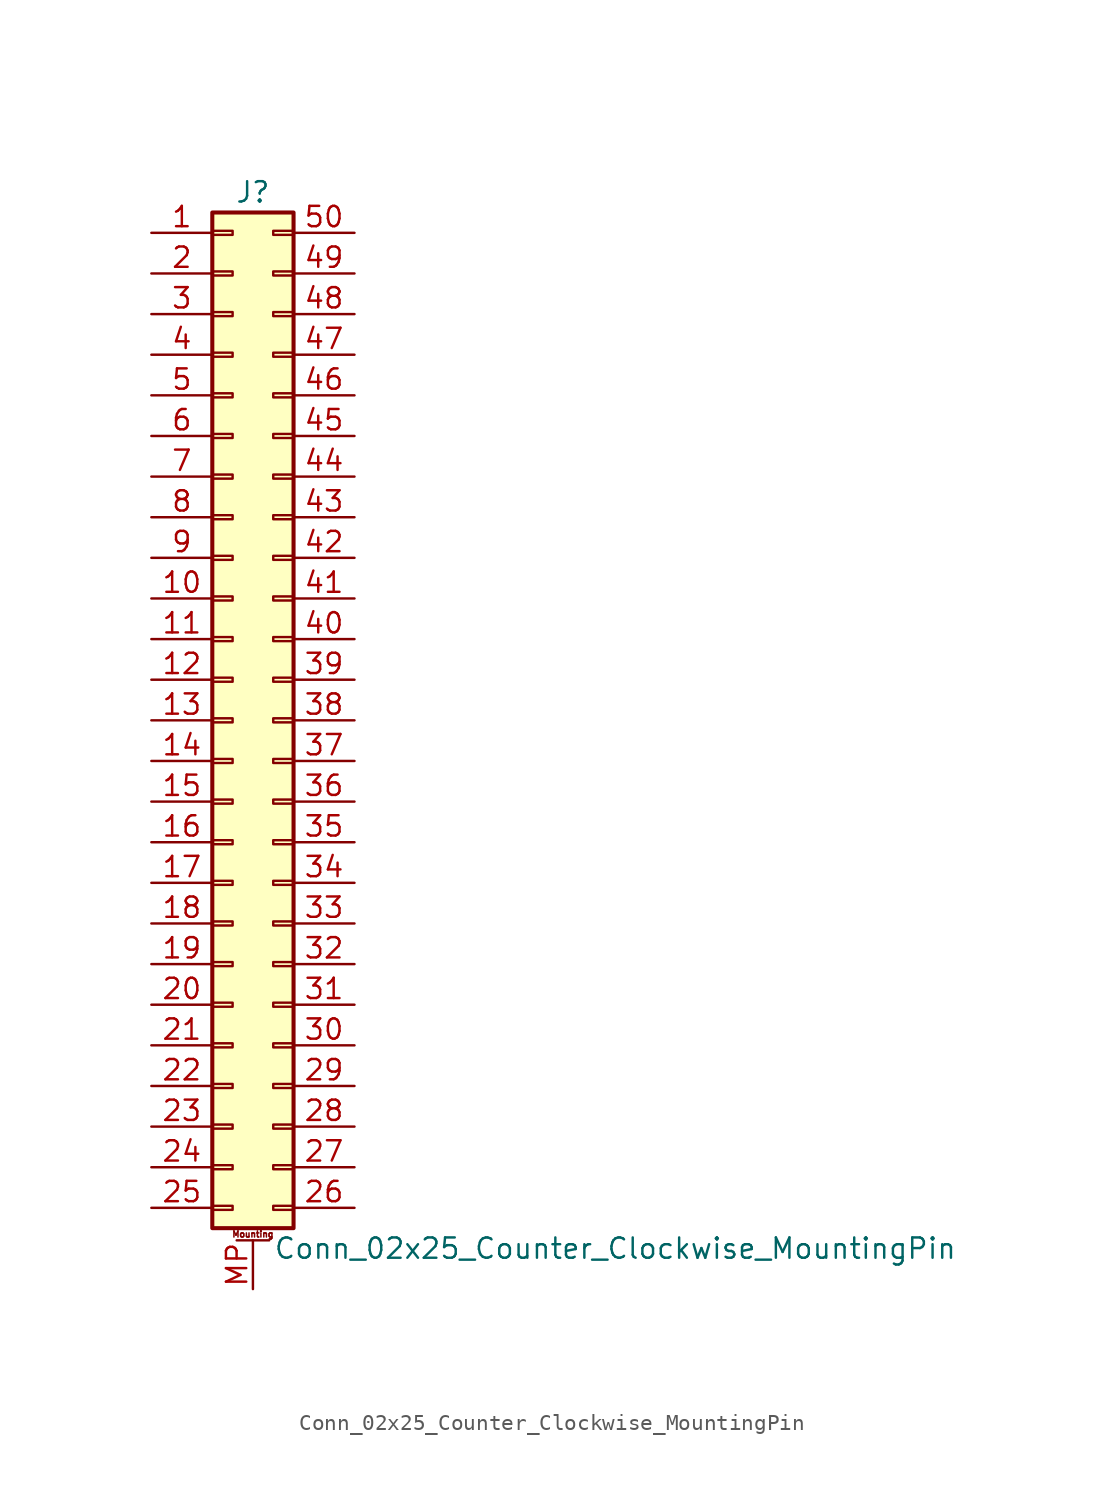
<source format=kicad_sym>
(kicad_symbol_lib
  (version 20211014)
  (generator kicad_symbol_editor)
  (symbol "Conn_02x25_Counter_Clockwise_MountingPin"
    (pin_names
      (offset 1.016) hide)
    (property "Reference" "J"
      (at 1.27 33.02 0)
      (effects (font (size 1.27 1.27))))
    (property "Value" "Conn_02x25_Counter_Clockwise_MountingPin"
      (at 2.54 -33.02 0)
      (effects (font (size 1.27 1.27)) (justify left)))
    (symbol "Conn_02x25_Counter_Clockwise_MountingPin_1_1"
      (rectangle (start -1.27 -30.353) (end 0 -30.607) (stroke (width 0.152) (type default) (color 0 0 0 0)) (fill (type none)))
      (rectangle (start -1.27 -27.813) (end 0 -28.067) (stroke (width 0.152) (type default) (color 0 0 0 0)) (fill (type none)))
      (rectangle (start -1.27 -25.273) (end 0 -25.527) (stroke (width 0.152) (type default) (color 0 0 0 0)) (fill (type none)))
      (rectangle (start -1.27 -22.733) (end 0 -22.987) (stroke (width 0.152) (type default) (color 0 0 0 0)) (fill (type none)))
      (rectangle (start -1.27 -20.193) (end 0 -20.447) (stroke (width 0.152) (type default) (color 0 0 0 0)) (fill (type none)))
      (rectangle (start -1.27 -17.653) (end 0 -17.907) (stroke (width 0.152) (type default) (color 0 0 0 0)) (fill (type none)))
      (rectangle (start -1.27 -15.113) (end 0 -15.367) (stroke (width 0.152) (type default) (color 0 0 0 0)) (fill (type none)))
      (rectangle (start -1.27 -12.573) (end 0 -12.827) (stroke (width 0.152) (type default) (color 0 0 0 0)) (fill (type none)))
      (rectangle (start -1.27 -10.033) (end 0 -10.287) (stroke (width 0.152) (type default) (color 0 0 0 0)) (fill (type none)))
      (rectangle (start -1.27 -7.493) (end 0 -7.747) (stroke (width 0.152) (type default) (color 0 0 0 0)) (fill (type none)))
      (rectangle (start -1.27 -4.953) (end 0 -5.207) (stroke (width 0.152) (type default) (color 0 0 0 0)) (fill (type none)))
      (rectangle (start -1.27 -2.413) (end 0 -2.667) (stroke (width 0.152) (type default) (color 0 0 0 0)) (fill (type none)))
      (rectangle (start -1.27 0.127) (end 0 -0.127) (stroke (width 0.152) (type default) (color 0 0 0 0)) (fill (type none)))
      (rectangle (start -1.27 2.667) (end 0 2.413) (stroke (width 0.152) (type default) (color 0 0 0 0)) (fill (type none)))
      (rectangle (start -1.27 5.207) (end 0 4.953) (stroke (width 0.152) (type default) (color 0 0 0 0)) (fill (type none)))
      (rectangle (start -1.27 7.747) (end 0 7.493) (stroke (width 0.152) (type default) (color 0 0 0 0)) (fill (type none)))
      (rectangle (start -1.27 10.287) (end 0 10.033) (stroke (width 0.152) (type default) (color 0 0 0 0)) (fill (type none)))
      (rectangle (start -1.27 12.827) (end 0 12.573) (stroke (width 0.152) (type default) (color 0 0 0 0)) (fill (type none)))
      (rectangle (start -1.27 15.367) (end 0 15.113) (stroke (width 0.152) (type default) (color 0 0 0 0)) (fill (type none)))
      (rectangle (start -1.27 17.907) (end 0 17.653) (stroke (width 0.152) (type default) (color 0 0 0 0)) (fill (type none)))
      (rectangle (start -1.27 20.447) (end 0 20.193) (stroke (width 0.152) (type default) (color 0 0 0 0)) (fill (type none)))
      (rectangle (start -1.27 22.987) (end 0 22.733) (stroke (width 0.152) (type default) (color 0 0 0 0)) (fill (type none)))
      (rectangle (start -1.27 25.527) (end 0 25.273) (stroke (width 0.152) (type default) (color 0 0 0 0)) (fill (type none)))
      (rectangle (start -1.27 28.067) (end 0 27.813) (stroke (width 0.152) (type default) (color 0 0 0 0)) (fill (type none)))
      (rectangle (start -1.27 30.607) (end 0 30.353) (stroke (width 0.152) (type default) (color 0 0 0 0)) (fill (type none)))
      (rectangle (start -1.27 31.75) (end 3.81 -31.75) (stroke (width 0.254) (type default) (color 0 0 0 0)) (fill (type background)))
      (polyline (pts (xy 0.254 -32.512) (xy 2.286 -32.512)) (stroke (width 0.152) (type default) (color 0 0 0 0)) (fill (type none)))
      (rectangle (start 3.81 -30.353) (end 2.54 -30.607) (stroke (width 0.152) (type default) (color 0 0 0 0)) (fill (type none)))
      (rectangle (start 3.81 -27.813) (end 2.54 -28.067) (stroke (width 0.152) (type default) (color 0 0 0 0)) (fill (type none)))
      (rectangle (start 3.81 -25.273) (end 2.54 -25.527) (stroke (width 0.152) (type default) (color 0 0 0 0)) (fill (type none)))
      (rectangle (start 3.81 -22.733) (end 2.54 -22.987) (stroke (width 0.152) (type default) (color 0 0 0 0)) (fill (type none)))
      (rectangle (start 3.81 -20.193) (end 2.54 -20.447) (stroke (width 0.152) (type default) (color 0 0 0 0)) (fill (type none)))
      (rectangle (start 3.81 -17.653) (end 2.54 -17.907) (stroke (width 0.152) (type default) (color 0 0 0 0)) (fill (type none)))
      (rectangle (start 3.81 -15.113) (end 2.54 -15.367) (stroke (width 0.152) (type default) (color 0 0 0 0)) (fill (type none)))
      (rectangle (start 3.81 -12.573) (end 2.54 -12.827) (stroke (width 0.152) (type default) (color 0 0 0 0)) (fill (type none)))
      (rectangle (start 3.81 -10.033) (end 2.54 -10.287) (stroke (width 0.152) (type default) (color 0 0 0 0)) (fill (type none)))
      (rectangle (start 3.81 -7.493) (end 2.54 -7.747) (stroke (width 0.152) (type default) (color 0 0 0 0)) (fill (type none)))
      (rectangle (start 3.81 -4.953) (end 2.54 -5.207) (stroke (width 0.152) (type default) (color 0 0 0 0)) (fill (type none)))
      (rectangle (start 3.81 -2.413) (end 2.54 -2.667) (stroke (width 0.152) (type default) (color 0 0 0 0)) (fill (type none)))
      (rectangle (start 3.81 0.127) (end 2.54 -0.127) (stroke (width 0.152) (type default) (color 0 0 0 0)) (fill (type none)))
      (rectangle (start 3.81 2.667) (end 2.54 2.413) (stroke (width 0.152) (type default) (color 0 0 0 0)) (fill (type none)))
      (rectangle (start 3.81 5.207) (end 2.54 4.953) (stroke (width 0.152) (type default) (color 0 0 0 0)) (fill (type none)))
      (rectangle (start 3.81 7.747) (end 2.54 7.493) (stroke (width 0.152) (type default) (color 0 0 0 0)) (fill (type none)))
      (rectangle (start 3.81 10.287) (end 2.54 10.033) (stroke (width 0.152) (type default) (color 0 0 0 0)) (fill (type none)))
      (rectangle (start 3.81 12.827) (end 2.54 12.573) (stroke (width 0.152) (type default) (color 0 0 0 0)) (fill (type none)))
      (rectangle (start 3.81 15.367) (end 2.54 15.113) (stroke (width 0.152) (type default) (color 0 0 0 0)) (fill (type none)))
      (rectangle (start 3.81 17.907) (end 2.54 17.653) (stroke (width 0.152) (type default) (color 0 0 0 0)) (fill (type none)))
      (rectangle (start 3.81 20.447) (end 2.54 20.193) (stroke (width 0.152) (type default) (color 0 0 0 0)) (fill (type none)))
      (rectangle (start 3.81 22.987) (end 2.54 22.733) (stroke (width 0.152) (type default) (color 0 0 0 0)) (fill (type none)))
      (rectangle (start 3.81 25.527) (end 2.54 25.273) (stroke (width 0.152) (type default) (color 0 0 0 0)) (fill (type none)))
      (rectangle (start 3.81 28.067) (end 2.54 27.813) (stroke (width 0.152) (type default) (color 0 0 0 0)) (fill (type none)))
      (rectangle (start 3.81 30.607) (end 2.54 30.353) (stroke (width 0.152) (type default) (color 0 0 0 0)) (fill (type none)))
      (text "Mounting" (at 1.27 -32.131 0) (effects (font (size 0.381 0.381))))
      (pin passive line (at -5.08 30.48 0) (length 3.81) (name "Pin_1" (effects (font (size 1.27 1.27)))) (number "1" (effects (font (size 1.27 1.27)))))
      (pin passive line (at -5.08 7.62 0) (length 3.81) (name "Pin_10" (effects (font (size 1.27 1.27)))) (number "10" (effects (font (size 1.27 1.27)))))
      (pin passive line (at -5.08 5.08 0) (length 3.81) (name "Pin_11" (effects (font (size 1.27 1.27)))) (number "11" (effects (font (size 1.27 1.27)))))
      (pin passive line (at -5.08 2.54 0) (length 3.81) (name "Pin_12" (effects (font (size 1.27 1.27)))) (number "12" (effects (font (size 1.27 1.27)))))
      (pin passive line (at -5.08 0 0) (length 3.81) (name "Pin_13" (effects (font (size 1.27 1.27)))) (number "13" (effects (font (size 1.27 1.27)))))
      (pin passive line (at -5.08 -2.54 0) (length 3.81) (name "Pin_14" (effects (font (size 1.27 1.27)))) (number "14" (effects (font (size 1.27 1.27)))))
      (pin passive line (at -5.08 -5.08 0) (length 3.81) (name "Pin_15" (effects (font (size 1.27 1.27)))) (number "15" (effects (font (size 1.27 1.27)))))
      (pin passive line (at -5.08 -7.62 0) (length 3.81) (name "Pin_16" (effects (font (size 1.27 1.27)))) (number "16" (effects (font (size 1.27 1.27)))))
      (pin passive line (at -5.08 -10.16 0) (length 3.81) (name "Pin_17" (effects (font (size 1.27 1.27)))) (number "17" (effects (font (size 1.27 1.27)))))
      (pin passive line (at -5.08 -12.7 0) (length 3.81) (name "Pin_18" (effects (font (size 1.27 1.27)))) (number "18" (effects (font (size 1.27 1.27)))))
      (pin passive line (at -5.08 -15.24 0) (length 3.81) (name "Pin_19" (effects (font (size 1.27 1.27)))) (number "19" (effects (font (size 1.27 1.27)))))
      (pin passive line (at -5.08 27.94 0) (length 3.81) (name "Pin_2" (effects (font (size 1.27 1.27)))) (number "2" (effects (font (size 1.27 1.27)))))
      (pin passive line (at -5.08 -17.78 0) (length 3.81) (name "Pin_20" (effects (font (size 1.27 1.27)))) (number "20" (effects (font (size 1.27 1.27)))))
      (pin passive line (at -5.08 -20.32 0) (length 3.81) (name "Pin_21" (effects (font (size 1.27 1.27)))) (number "21" (effects (font (size 1.27 1.27)))))
      (pin passive line (at -5.08 -22.86 0) (length 3.81) (name "Pin_22" (effects (font (size 1.27 1.27)))) (number "22" (effects (font (size 1.27 1.27)))))
      (pin passive line (at -5.08 -25.4 0) (length 3.81) (name "Pin_23" (effects (font (size 1.27 1.27)))) (number "23" (effects (font (size 1.27 1.27)))))
      (pin passive line (at -5.08 -27.94 0) (length 3.81) (name "Pin_24" (effects (font (size 1.27 1.27)))) (number "24" (effects (font (size 1.27 1.27)))))
      (pin passive line (at -5.08 -30.48 0) (length 3.81) (name "Pin_25" (effects (font (size 1.27 1.27)))) (number "25" (effects (font (size 1.27 1.27)))))
      (pin passive line (at 7.62 -30.48 180) (length 3.81) (name "Pin_26" (effects (font (size 1.27 1.27)))) (number "26" (effects (font (size 1.27 1.27)))))
      (pin passive line (at 7.62 -27.94 180) (length 3.81) (name "Pin_27" (effects (font (size 1.27 1.27)))) (number "27" (effects (font (size 1.27 1.27)))))
      (pin passive line (at 7.62 -25.4 180) (length 3.81) (name "Pin_28" (effects (font (size 1.27 1.27)))) (number "28" (effects (font (size 1.27 1.27)))))
      (pin passive line (at 7.62 -22.86 180) (length 3.81) (name "Pin_29" (effects (font (size 1.27 1.27)))) (number "29" (effects (font (size 1.27 1.27)))))
      (pin passive line (at -5.08 25.4 0) (length 3.81) (name "Pin_3" (effects (font (size 1.27 1.27)))) (number "3" (effects (font (size 1.27 1.27)))))
      (pin passive line (at 7.62 -20.32 180) (length 3.81) (name "Pin_30" (effects (font (size 1.27 1.27)))) (number "30" (effects (font (size 1.27 1.27)))))
      (pin passive line (at 7.62 -17.78 180) (length 3.81) (name "Pin_31" (effects (font (size 1.27 1.27)))) (number "31" (effects (font (size 1.27 1.27)))))
      (pin passive line (at 7.62 -15.24 180) (length 3.81) (name "Pin_32" (effects (font (size 1.27 1.27)))) (number "32" (effects (font (size 1.27 1.27)))))
      (pin passive line (at 7.62 -12.7 180) (length 3.81) (name "Pin_33" (effects (font (size 1.27 1.27)))) (number "33" (effects (font (size 1.27 1.27)))))
      (pin passive line (at 7.62 -10.16 180) (length 3.81) (name "Pin_34" (effects (font (size 1.27 1.27)))) (number "34" (effects (font (size 1.27 1.27)))))
      (pin passive line (at 7.62 -7.62 180) (length 3.81) (name "Pin_35" (effects (font (size 1.27 1.27)))) (number "35" (effects (font (size 1.27 1.27)))))
      (pin passive line (at 7.62 -5.08 180) (length 3.81) (name "Pin_36" (effects (font (size 1.27 1.27)))) (number "36" (effects (font (size 1.27 1.27)))))
      (pin passive line (at 7.62 -2.54 180) (length 3.81) (name "Pin_37" (effects (font (size 1.27 1.27)))) (number "37" (effects (font (size 1.27 1.27)))))
      (pin passive line (at 7.62 0 180) (length 3.81) (name "Pin_38" (effects (font (size 1.27 1.27)))) (number "38" (effects (font (size 1.27 1.27)))))
      (pin passive line (at 7.62 2.54 180) (length 3.81) (name "Pin_39" (effects (font (size 1.27 1.27)))) (number "39" (effects (font (size 1.27 1.27)))))
      (pin passive line (at -5.08 22.86 0) (length 3.81) (name "Pin_4" (effects (font (size 1.27 1.27)))) (number "4" (effects (font (size 1.27 1.27)))))
      (pin passive line (at 7.62 5.08 180) (length 3.81) (name "Pin_40" (effects (font (size 1.27 1.27)))) (number "40" (effects (font (size 1.27 1.27)))))
      (pin passive line (at 7.62 7.62 180) (length 3.81) (name "Pin_41" (effects (font (size 1.27 1.27)))) (number "41" (effects (font (size 1.27 1.27)))))
      (pin passive line (at 7.62 10.16 180) (length 3.81) (name "Pin_42" (effects (font (size 1.27 1.27)))) (number "42" (effects (font (size 1.27 1.27)))))
      (pin passive line (at 7.62 12.7 180) (length 3.81) (name "Pin_43" (effects (font (size 1.27 1.27)))) (number "43" (effects (font (size 1.27 1.27)))))
      (pin passive line (at 7.62 15.24 180) (length 3.81) (name "Pin_44" (effects (font (size 1.27 1.27)))) (number "44" (effects (font (size 1.27 1.27)))))
      (pin passive line (at 7.62 17.78 180) (length 3.81) (name "Pin_45" (effects (font (size 1.27 1.27)))) (number "45" (effects (font (size 1.27 1.27)))))
      (pin passive line (at 7.62 20.32 180) (length 3.81) (name "Pin_46" (effects (font (size 1.27 1.27)))) (number "46" (effects (font (size 1.27 1.27)))))
      (pin passive line (at 7.62 22.86 180) (length 3.81) (name "Pin_47" (effects (font (size 1.27 1.27)))) (number "47" (effects (font (size 1.27 1.27)))))
      (pin passive line (at 7.62 25.4 180) (length 3.81) (name "Pin_48" (effects (font (size 1.27 1.27)))) (number "48" (effects (font (size 1.27 1.27)))))
      (pin passive line (at 7.62 27.94 180) (length 3.81) (name "Pin_49" (effects (font (size 1.27 1.27)))) (number "49" (effects (font (size 1.27 1.27)))))
      (pin passive line (at -5.08 20.32 0) (length 3.81) (name "Pin_5" (effects (font (size 1.27 1.27)))) (number "5" (effects (font (size 1.27 1.27)))))
      (pin passive line (at 7.62 30.48 180) (length 3.81) (name "Pin_50" (effects (font (size 1.27 1.27)))) (number "50" (effects (font (size 1.27 1.27)))))
      (pin passive line (at -5.08 17.78 0) (length 3.81) (name "Pin_6" (effects (font (size 1.27 1.27)))) (number "6" (effects (font (size 1.27 1.27)))))
      (pin passive line (at -5.08 15.24 0) (length 3.81) (name "Pin_7" (effects (font (size 1.27 1.27)))) (number "7" (effects (font (size 1.27 1.27)))))
      (pin passive line (at -5.08 12.7 0) (length 3.81) (name "Pin_8" (effects (font (size 1.27 1.27)))) (number "8" (effects (font (size 1.27 1.27)))))
      (pin passive line (at -5.08 10.16 0) (length 3.81) (name "Pin_9" (effects (font (size 1.27 1.27)))) (number "9" (effects (font (size 1.27 1.27)))))
      (pin passive line (at 1.27 -35.56 90) (length 3.048) (name "MountPin" (effects (font (size 1.27 1.27)))) (number "MP" (effects (font (size 1.27 1.27))))))))
</source>
